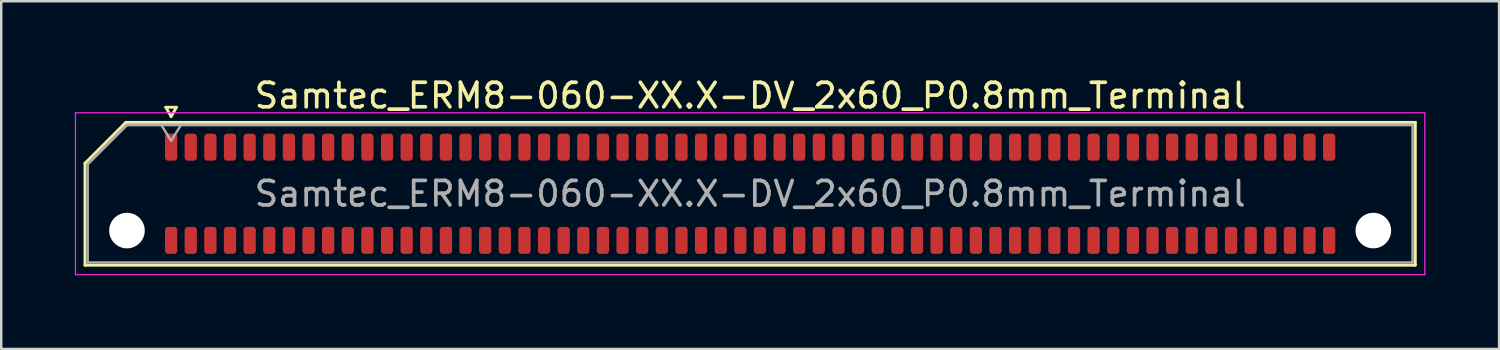
<source format=kicad_pcb>
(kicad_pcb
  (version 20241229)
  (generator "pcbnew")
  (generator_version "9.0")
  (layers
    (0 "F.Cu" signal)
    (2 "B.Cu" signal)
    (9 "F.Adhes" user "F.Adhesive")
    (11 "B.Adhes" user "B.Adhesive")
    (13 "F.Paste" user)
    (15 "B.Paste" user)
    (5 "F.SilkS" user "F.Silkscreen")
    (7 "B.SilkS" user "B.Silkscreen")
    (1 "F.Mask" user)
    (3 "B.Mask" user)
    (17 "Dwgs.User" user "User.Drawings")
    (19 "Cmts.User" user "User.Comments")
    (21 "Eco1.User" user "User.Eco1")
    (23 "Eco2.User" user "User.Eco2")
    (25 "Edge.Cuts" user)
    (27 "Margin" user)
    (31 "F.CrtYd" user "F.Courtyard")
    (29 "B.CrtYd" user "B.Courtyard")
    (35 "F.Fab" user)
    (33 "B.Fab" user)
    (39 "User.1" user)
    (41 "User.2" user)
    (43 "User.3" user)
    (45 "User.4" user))
  (footprint "Samtec_ERM8-060-XX.X-DV_2x60_P0.8mm_Terminal"
    (layer "F.Cu")
    (at 27.525 4.848)
    (property "Reference" "Samtec_ERM8-060-XX.X-DV_2x60_P0.8mm_Terminal" (at 0 -4 0) (layer "F.SilkS") (effects (font (size 1 1) (thickness 0.15))))
    (attr smd)
    (fp_line (start -27.11 -1.246) (end -25.446 -2.91) (stroke (width 0.12) (type solid)) (layer "F.SilkS"))
    (fp_line (start -27.11 2.91) (end -27.11 -1.246) (stroke (width 0.12) (type solid)) (layer "F.SilkS"))
    (fp_line (start -25.446 -2.91) (end 27.11 -2.91) (stroke (width 0.12) (type solid)) (layer "F.SilkS"))
    (fp_line (start -23.817 -3.525) (end -23.6 -3.15) (stroke (width 0.12) (type solid)) (layer "F.SilkS"))
    (fp_line (start -23.6 -3.15) (end -23.383 -3.525) (stroke (width 0.12) (type solid)) (layer "F.SilkS"))
    (fp_line (start -23.383 -3.525) (end -23.817 -3.525) (stroke (width 0.12) (type solid)) (layer "F.SilkS"))
    (fp_line (start 27.11 -2.91) (end 27.11 2.91) (stroke (width 0.12) (type solid)) (layer "F.SilkS"))
    (fp_line (start 27.11 2.91) (end -27.11 2.91) (stroke (width 0.12) (type solid)) (layer "F.SilkS"))
    (fp_line (start -27.5 -3.3) (end -27.5 3.3) (stroke (width 0.05) (type solid)) (layer "F.CrtYd"))
    (fp_line (start -27.5 3.3) (end 27.5 3.3) (stroke (width 0.05) (type solid)) (layer "F.CrtYd"))
    (fp_line (start 27.5 -3.3) (end -27.5 -3.3) (stroke (width 0.05) (type solid)) (layer "F.CrtYd"))
    (fp_line (start 27.5 3.3) (end 27.5 -3.3) (stroke (width 0.05) (type solid)) (layer "F.CrtYd"))
    (fp_line (start -27 -1.2) (end -25.4 -2.8) (stroke (width 0.1) (type solid)) (layer "F.Fab"))
    (fp_line (start -27 2.8) (end -27 -1.2) (stroke (width 0.1) (type solid)) (layer "F.Fab"))
    (fp_line (start -25.4 -2.8) (end 27 -2.8) (stroke (width 0.1) (type solid)) (layer "F.Fab"))
    (fp_line (start -24 -2.8) (end -23.6 -2.16) (stroke (width 0.1) (type solid)) (layer "F.Fab"))
    (fp_line (start -23.6 -2.16) (end -23.2 -2.8) (stroke (width 0.1) (type solid)) (layer "F.Fab"))
    (fp_line (start 27 -2.8) (end 27 2.8) (stroke (width 0.1) (type solid)) (layer "F.Fab"))
    (fp_line (start 27 2.8) (end -27 2.8) (stroke (width 0.1) (type solid)) (layer "F.Fab"))
    (fp_text user "${REFERENCE}" (at 0 0 0) (layer "F.Fab") (effects (font (size 1 1) (thickness 0.15))))
    (pad "" np_thru_hole circle (at -25.4 1.5) (size 1.45 1.45) (drill 1.45) (layers "*.Cu" "*.Mask"))
    (pad "" np_thru_hole circle (at 25.4 1.5) (size 1.45 1.45) (drill 1.45) (layers "*.Cu" "*.Mask"))
    (pad "1" smd roundrect (at -23.6 -1.9) (size 0.5 1.1) (layers "F.Cu" "F.Mask" "F.Paste") (roundrect_rratio 0.25))
    (pad "2" smd roundrect (at -23.6 1.9) (size 0.5 1.1) (layers "F.Cu" "F.Mask" "F.Paste") (roundrect_rratio 0.25))
    (pad "3" smd roundrect (at -22.8 -1.9) (size 0.5 1.1) (layers "F.Cu" "F.Mask" "F.Paste") (roundrect_rratio 0.25))
    (pad "4" smd roundrect (at -22.8 1.9) (size 0.5 1.1) (layers "F.Cu" "F.Mask" "F.Paste") (roundrect_rratio 0.25))
    (pad "5" smd roundrect (at -22 -1.9) (size 0.5 1.1) (layers "F.Cu" "F.Mask" "F.Paste") (roundrect_rratio 0.25))
    (pad "6" smd roundrect (at -22 1.9) (size 0.5 1.1) (layers "F.Cu" "F.Mask" "F.Paste") (roundrect_rratio 0.25))
    (pad "7" smd roundrect (at -21.2 -1.9) (size 0.5 1.1) (layers "F.Cu" "F.Mask" "F.Paste") (roundrect_rratio 0.25))
    (pad "8" smd roundrect (at -21.2 1.9) (size 0.5 1.1) (layers "F.Cu" "F.Mask" "F.Paste") (roundrect_rratio 0.25))
    (pad "9" smd roundrect (at -20.4 -1.9) (size 0.5 1.1) (layers "F.Cu" "F.Mask" "F.Paste") (roundrect_rratio 0.25))
    (pad "10" smd roundrect (at -20.4 1.9) (size 0.5 1.1) (layers "F.Cu" "F.Mask" "F.Paste") (roundrect_rratio 0.25))
    (pad "11" smd roundrect (at -19.6 -1.9) (size 0.5 1.1) (layers "F.Cu" "F.Mask" "F.Paste") (roundrect_rratio 0.25))
    (pad "12" smd roundrect (at -19.6 1.9) (size 0.5 1.1) (layers "F.Cu" "F.Mask" "F.Paste") (roundrect_rratio 0.25))
    (pad "13" smd roundrect (at -18.8 -1.9) (size 0.5 1.1) (layers "F.Cu" "F.Mask" "F.Paste") (roundrect_rratio 0.25))
    (pad "14" smd roundrect (at -18.8 1.9) (size 0.5 1.1) (layers "F.Cu" "F.Mask" "F.Paste") (roundrect_rratio 0.25))
    (pad "15" smd roundrect (at -18 -1.9) (size 0.5 1.1) (layers "F.Cu" "F.Mask" "F.Paste") (roundrect_rratio 0.25))
    (pad "16" smd roundrect (at -18 1.9) (size 0.5 1.1) (layers "F.Cu" "F.Mask" "F.Paste") (roundrect_rratio 0.25))
    (pad "17" smd roundrect (at -17.2 -1.9) (size 0.5 1.1) (layers "F.Cu" "F.Mask" "F.Paste") (roundrect_rratio 0.25))
    (pad "18" smd roundrect (at -17.2 1.9) (size 0.5 1.1) (layers "F.Cu" "F.Mask" "F.Paste") (roundrect_rratio 0.25))
    (pad "19" smd roundrect (at -16.4 -1.9) (size 0.5 1.1) (layers "F.Cu" "F.Mask" "F.Paste") (roundrect_rratio 0.25))
    (pad "20" smd roundrect (at -16.4 1.9) (size 0.5 1.1) (layers "F.Cu" "F.Mask" "F.Paste") (roundrect_rratio 0.25))
    (pad "21" smd roundrect (at -15.6 -1.9) (size 0.5 1.1) (layers "F.Cu" "F.Mask" "F.Paste") (roundrect_rratio 0.25))
    (pad "22" smd roundrect (at -15.6 1.9) (size 0.5 1.1) (layers "F.Cu" "F.Mask" "F.Paste") (roundrect_rratio 0.25))
    (pad "23" smd roundrect (at -14.8 -1.9) (size 0.5 1.1) (layers "F.Cu" "F.Mask" "F.Paste") (roundrect_rratio 0.25))
    (pad "24" smd roundrect (at -14.8 1.9) (size 0.5 1.1) (layers "F.Cu" "F.Mask" "F.Paste") (roundrect_rratio 0.25))
    (pad "25" smd roundrect (at -14 -1.9) (size 0.5 1.1) (layers "F.Cu" "F.Mask" "F.Paste") (roundrect_rratio 0.25))
    (pad "26" smd roundrect (at -14 1.9) (size 0.5 1.1) (layers "F.Cu" "F.Mask" "F.Paste") (roundrect_rratio 0.25))
    (pad "27" smd roundrect (at -13.2 -1.9) (size 0.5 1.1) (layers "F.Cu" "F.Mask" "F.Paste") (roundrect_rratio 0.25))
    (pad "28" smd roundrect (at -13.2 1.9) (size 0.5 1.1) (layers "F.Cu" "F.Mask" "F.Paste") (roundrect_rratio 0.25))
    (pad "29" smd roundrect (at -12.4 -1.9) (size 0.5 1.1) (layers "F.Cu" "F.Mask" "F.Paste") (roundrect_rratio 0.25))
    (pad "30" smd roundrect (at -12.4 1.9) (size 0.5 1.1) (layers "F.Cu" "F.Mask" "F.Paste") (roundrect_rratio 0.25))
    (pad "31" smd roundrect (at -11.6 -1.9) (size 0.5 1.1) (layers "F.Cu" "F.Mask" "F.Paste") (roundrect_rratio 0.25))
    (pad "32" smd roundrect (at -11.6 1.9) (size 0.5 1.1) (layers "F.Cu" "F.Mask" "F.Paste") (roundrect_rratio 0.25))
    (pad "33" smd roundrect (at -10.8 -1.9) (size 0.5 1.1) (layers "F.Cu" "F.Mask" "F.Paste") (roundrect_rratio 0.25))
    (pad "34" smd roundrect (at -10.8 1.9) (size 0.5 1.1) (layers "F.Cu" "F.Mask" "F.Paste") (roundrect_rratio 0.25))
    (pad "35" smd roundrect (at -10 -1.9) (size 0.5 1.1) (layers "F.Cu" "F.Mask" "F.Paste") (roundrect_rratio 0.25))
    (pad "36" smd roundrect (at -10 1.9) (size 0.5 1.1) (layers "F.Cu" "F.Mask" "F.Paste") (roundrect_rratio 0.25))
    (pad "37" smd roundrect (at -9.2 -1.9) (size 0.5 1.1) (layers "F.Cu" "F.Mask" "F.Paste") (roundrect_rratio 0.25))
    (pad "38" smd roundrect (at -9.2 1.9) (size 0.5 1.1) (layers "F.Cu" "F.Mask" "F.Paste") (roundrect_rratio 0.25))
    (pad "39" smd roundrect (at -8.4 -1.9) (size 0.5 1.1) (layers "F.Cu" "F.Mask" "F.Paste") (roundrect_rratio 0.25))
    (pad "40" smd roundrect (at -8.4 1.9) (size 0.5 1.1) (layers "F.Cu" "F.Mask" "F.Paste") (roundrect_rratio 0.25))
    (pad "41" smd roundrect (at -7.6 -1.9) (size 0.5 1.1) (layers "F.Cu" "F.Mask" "F.Paste") (roundrect_rratio 0.25))
    (pad "42" smd roundrect (at -7.6 1.9) (size 0.5 1.1) (layers "F.Cu" "F.Mask" "F.Paste") (roundrect_rratio 0.25))
    (pad "43" smd roundrect (at -6.8 -1.9) (size 0.5 1.1) (layers "F.Cu" "F.Mask" "F.Paste") (roundrect_rratio 0.25))
    (pad "44" smd roundrect (at -6.8 1.9) (size 0.5 1.1) (layers "F.Cu" "F.Mask" "F.Paste") (roundrect_rratio 0.25))
    (pad "45" smd roundrect (at -6 -1.9) (size 0.5 1.1) (layers "F.Cu" "F.Mask" "F.Paste") (roundrect_rratio 0.25))
    (pad "46" smd roundrect (at -6 1.9) (size 0.5 1.1) (layers "F.Cu" "F.Mask" "F.Paste") (roundrect_rratio 0.25))
    (pad "47" smd roundrect (at -5.2 -1.9) (size 0.5 1.1) (layers "F.Cu" "F.Mask" "F.Paste") (roundrect_rratio 0.25))
    (pad "48" smd roundrect (at -5.2 1.9) (size 0.5 1.1) (layers "F.Cu" "F.Mask" "F.Paste") (roundrect_rratio 0.25))
    (pad "49" smd roundrect (at -4.4 -1.9) (size 0.5 1.1) (layers "F.Cu" "F.Mask" "F.Paste") (roundrect_rratio 0.25))
    (pad "50" smd roundrect (at -4.4 1.9) (size 0.5 1.1) (layers "F.Cu" "F.Mask" "F.Paste") (roundrect_rratio 0.25))
    (pad "51" smd roundrect (at -3.6 -1.9) (size 0.5 1.1) (layers "F.Cu" "F.Mask" "F.Paste") (roundrect_rratio 0.25))
    (pad "52" smd roundrect (at -3.6 1.9) (size 0.5 1.1) (layers "F.Cu" "F.Mask" "F.Paste") (roundrect_rratio 0.25))
    (pad "53" smd roundrect (at -2.8 -1.9) (size 0.5 1.1) (layers "F.Cu" "F.Mask" "F.Paste") (roundrect_rratio 0.25))
    (pad "54" smd roundrect (at -2.8 1.9) (size 0.5 1.1) (layers "F.Cu" "F.Mask" "F.Paste") (roundrect_rratio 0.25))
    (pad "55" smd roundrect (at -2 -1.9) (size 0.5 1.1) (layers "F.Cu" "F.Mask" "F.Paste") (roundrect_rratio 0.25))
    (pad "56" smd roundrect (at -2 1.9) (size 0.5 1.1) (layers "F.Cu" "F.Mask" "F.Paste") (roundrect_rratio 0.25))
    (pad "57" smd roundrect (at -1.2 -1.9) (size 0.5 1.1) (layers "F.Cu" "F.Mask" "F.Paste") (roundrect_rratio 0.25))
    (pad "58" smd roundrect (at -1.2 1.9) (size 0.5 1.1) (layers "F.Cu" "F.Mask" "F.Paste") (roundrect_rratio 0.25))
    (pad "59" smd roundrect (at -0.4 -1.9) (size 0.5 1.1) (layers "F.Cu" "F.Mask" "F.Paste") (roundrect_rratio 0.25))
    (pad "60" smd roundrect (at -0.4 1.9) (size 0.5 1.1) (layers "F.Cu" "F.Mask" "F.Paste") (roundrect_rratio 0.25))
    (pad "61" smd roundrect (at 0.4 -1.9) (size 0.5 1.1) (layers "F.Cu" "F.Mask" "F.Paste") (roundrect_rratio 0.25))
    (pad "62" smd roundrect (at 0.4 1.9) (size 0.5 1.1) (layers "F.Cu" "F.Mask" "F.Paste") (roundrect_rratio 0.25))
    (pad "63" smd roundrect (at 1.2 -1.9) (size 0.5 1.1) (layers "F.Cu" "F.Mask" "F.Paste") (roundrect_rratio 0.25))
    (pad "64" smd roundrect (at 1.2 1.9) (size 0.5 1.1) (layers "F.Cu" "F.Mask" "F.Paste") (roundrect_rratio 0.25))
    (pad "65" smd roundrect (at 2 -1.9) (size 0.5 1.1) (layers "F.Cu" "F.Mask" "F.Paste") (roundrect_rratio 0.25))
    (pad "66" smd roundrect (at 2 1.9) (size 0.5 1.1) (layers "F.Cu" "F.Mask" "F.Paste") (roundrect_rratio 0.25))
    (pad "67" smd roundrect (at 2.8 -1.9) (size 0.5 1.1) (layers "F.Cu" "F.Mask" "F.Paste") (roundrect_rratio 0.25))
    (pad "68" smd roundrect (at 2.8 1.9) (size 0.5 1.1) (layers "F.Cu" "F.Mask" "F.Paste") (roundrect_rratio 0.25))
    (pad "69" smd roundrect (at 3.6 -1.9) (size 0.5 1.1) (layers "F.Cu" "F.Mask" "F.Paste") (roundrect_rratio 0.25))
    (pad "70" smd roundrect (at 3.6 1.9) (size 0.5 1.1) (layers "F.Cu" "F.Mask" "F.Paste") (roundrect_rratio 0.25))
    (pad "71" smd roundrect (at 4.4 -1.9) (size 0.5 1.1) (layers "F.Cu" "F.Mask" "F.Paste") (roundrect_rratio 0.25))
    (pad "72" smd roundrect (at 4.4 1.9) (size 0.5 1.1) (layers "F.Cu" "F.Mask" "F.Paste") (roundrect_rratio 0.25))
    (pad "73" smd roundrect (at 5.2 -1.9) (size 0.5 1.1) (layers "F.Cu" "F.Mask" "F.Paste") (roundrect_rratio 0.25))
    (pad "74" smd roundrect (at 5.2 1.9) (size 0.5 1.1) (layers "F.Cu" "F.Mask" "F.Paste") (roundrect_rratio 0.25))
    (pad "75" smd roundrect (at 6 -1.9) (size 0.5 1.1) (layers "F.Cu" "F.Mask" "F.Paste") (roundrect_rratio 0.25))
    (pad "76" smd roundrect (at 6 1.9) (size 0.5 1.1) (layers "F.Cu" "F.Mask" "F.Paste") (roundrect_rratio 0.25))
    (pad "77" smd roundrect (at 6.8 -1.9) (size 0.5 1.1) (layers "F.Cu" "F.Mask" "F.Paste") (roundrect_rratio 0.25))
    (pad "78" smd roundrect (at 6.8 1.9) (size 0.5 1.1) (layers "F.Cu" "F.Mask" "F.Paste") (roundrect_rratio 0.25))
    (pad "79" smd roundrect (at 7.6 -1.9) (size 0.5 1.1) (layers "F.Cu" "F.Mask" "F.Paste") (roundrect_rratio 0.25))
    (pad "80" smd roundrect (at 7.6 1.9) (size 0.5 1.1) (layers "F.Cu" "F.Mask" "F.Paste") (roundrect_rratio 0.25))
    (pad "81" smd roundrect (at 8.4 -1.9) (size 0.5 1.1) (layers "F.Cu" "F.Mask" "F.Paste") (roundrect_rratio 0.25))
    (pad "82" smd roundrect (at 8.4 1.9) (size 0.5 1.1) (layers "F.Cu" "F.Mask" "F.Paste") (roundrect_rratio 0.25))
    (pad "83" smd roundrect (at 9.2 -1.9) (size 0.5 1.1) (layers "F.Cu" "F.Mask" "F.Paste") (roundrect_rratio 0.25))
    (pad "84" smd roundrect (at 9.2 1.9) (size 0.5 1.1) (layers "F.Cu" "F.Mask" "F.Paste") (roundrect_rratio 0.25))
    (pad "85" smd roundrect (at 10 -1.9) (size 0.5 1.1) (layers "F.Cu" "F.Mask" "F.Paste") (roundrect_rratio 0.25))
    (pad "86" smd roundrect (at 10 1.9) (size 0.5 1.1) (layers "F.Cu" "F.Mask" "F.Paste") (roundrect_rratio 0.25))
    (pad "87" smd roundrect (at 10.8 -1.9) (size 0.5 1.1) (layers "F.Cu" "F.Mask" "F.Paste") (roundrect_rratio 0.25))
    (pad "88" smd roundrect (at 10.8 1.9) (size 0.5 1.1) (layers "F.Cu" "F.Mask" "F.Paste") (roundrect_rratio 0.25))
    (pad "89" smd roundrect (at 11.6 -1.9) (size 0.5 1.1) (layers "F.Cu" "F.Mask" "F.Paste") (roundrect_rratio 0.25))
    (pad "90" smd roundrect (at 11.6 1.9) (size 0.5 1.1) (layers "F.Cu" "F.Mask" "F.Paste") (roundrect_rratio 0.25))
    (pad "91" smd roundrect (at 12.4 -1.9) (size 0.5 1.1) (layers "F.Cu" "F.Mask" "F.Paste") (roundrect_rratio 0.25))
    (pad "92" smd roundrect (at 12.4 1.9) (size 0.5 1.1) (layers "F.Cu" "F.Mask" "F.Paste") (roundrect_rratio 0.25))
    (pad "93" smd roundrect (at 13.2 -1.9) (size 0.5 1.1) (layers "F.Cu" "F.Mask" "F.Paste") (roundrect_rratio 0.25))
    (pad "94" smd roundrect (at 13.2 1.9) (size 0.5 1.1) (layers "F.Cu" "F.Mask" "F.Paste") (roundrect_rratio 0.25))
    (pad "95" smd roundrect (at 14 -1.9) (size 0.5 1.1) (layers "F.Cu" "F.Mask" "F.Paste") (roundrect_rratio 0.25))
    (pad "96" smd roundrect (at 14 1.9) (size 0.5 1.1) (layers "F.Cu" "F.Mask" "F.Paste") (roundrect_rratio 0.25))
    (pad "97" smd roundrect (at 14.8 -1.9) (size 0.5 1.1) (layers "F.Cu" "F.Mask" "F.Paste") (roundrect_rratio 0.25))
    (pad "98" smd roundrect (at 14.8 1.9) (size 0.5 1.1) (layers "F.Cu" "F.Mask" "F.Paste") (roundrect_rratio 0.25))
    (pad "99" smd roundrect (at 15.6 -1.9) (size 0.5 1.1) (layers "F.Cu" "F.Mask" "F.Paste") (roundrect_rratio 0.25))
    (pad "100" smd roundrect (at 15.6 1.9) (size 0.5 1.1) (layers "F.Cu" "F.Mask" "F.Paste") (roundrect_rratio 0.25))
    (pad "101" smd roundrect (at 16.4 -1.9) (size 0.5 1.1) (layers "F.Cu" "F.Mask" "F.Paste") (roundrect_rratio 0.25))
    (pad "102" smd roundrect (at 16.4 1.9) (size 0.5 1.1) (layers "F.Cu" "F.Mask" "F.Paste") (roundrect_rratio 0.25))
    (pad "103" smd roundrect (at 17.2 -1.9) (size 0.5 1.1) (layers "F.Cu" "F.Mask" "F.Paste") (roundrect_rratio 0.25))
    (pad "104" smd roundrect (at 17.2 1.9) (size 0.5 1.1) (layers "F.Cu" "F.Mask" "F.Paste") (roundrect_rratio 0.25))
    (pad "105" smd roundrect (at 18 -1.9) (size 0.5 1.1) (layers "F.Cu" "F.Mask" "F.Paste") (roundrect_rratio 0.25))
    (pad "106" smd roundrect (at 18 1.9) (size 0.5 1.1) (layers "F.Cu" "F.Mask" "F.Paste") (roundrect_rratio 0.25))
    (pad "107" smd roundrect (at 18.8 -1.9) (size 0.5 1.1) (layers "F.Cu" "F.Mask" "F.Paste") (roundrect_rratio 0.25))
    (pad "108" smd roundrect (at 18.8 1.9) (size 0.5 1.1) (layers "F.Cu" "F.Mask" "F.Paste") (roundrect_rratio 0.25))
    (pad "109" smd roundrect (at 19.6 -1.9) (size 0.5 1.1) (layers "F.Cu" "F.Mask" "F.Paste") (roundrect_rratio 0.25))
    (pad "110" smd roundrect (at 19.6 1.9) (size 0.5 1.1) (layers "F.Cu" "F.Mask" "F.Paste") (roundrect_rratio 0.25))
    (pad "111" smd roundrect (at 20.4 -1.9) (size 0.5 1.1) (layers "F.Cu" "F.Mask" "F.Paste") (roundrect_rratio 0.25))
    (pad "112" smd roundrect (at 20.4 1.9) (size 0.5 1.1) (layers "F.Cu" "F.Mask" "F.Paste") (roundrect_rratio 0.25))
    (pad "113" smd roundrect (at 21.2 -1.9) (size 0.5 1.1) (layers "F.Cu" "F.Mask" "F.Paste") (roundrect_rratio 0.25))
    (pad "114" smd roundrect (at 21.2 1.9) (size 0.5 1.1) (layers "F.Cu" "F.Mask" "F.Paste") (roundrect_rratio 0.25))
    (pad "115" smd roundrect (at 22 -1.9) (size 0.5 1.1) (layers "F.Cu" "F.Mask" "F.Paste") (roundrect_rratio 0.25))
    (pad "116" smd roundrect (at 22 1.9) (size 0.5 1.1) (layers "F.Cu" "F.Mask" "F.Paste") (roundrect_rratio 0.25))
    (pad "117" smd roundrect (at 22.8 -1.9) (size 0.5 1.1) (layers "F.Cu" "F.Mask" "F.Paste") (roundrect_rratio 0.25))
    (pad "118" smd roundrect (at 22.8 1.9) (size 0.5 1.1) (layers "F.Cu" "F.Mask" "F.Paste") (roundrect_rratio 0.25))
    (pad "119" smd roundrect (at 23.6 -1.9) (size 0.5 1.1) (layers "F.Cu" "F.Mask" "F.Paste") (roundrect_rratio 0.25))
    (pad "120" smd roundrect (at 23.6 1.9) (size 0.5 1.1) (layers "F.Cu" "F.Mask" "F.Paste") (roundrect_rratio 0.25)))
  (gr_rect
    (start -3 -3)
    (end 58.05 11.173)
    (stroke (width 0.1) (type default))
    (fill no)
    (layer "Edge.Cuts")))
</source>
